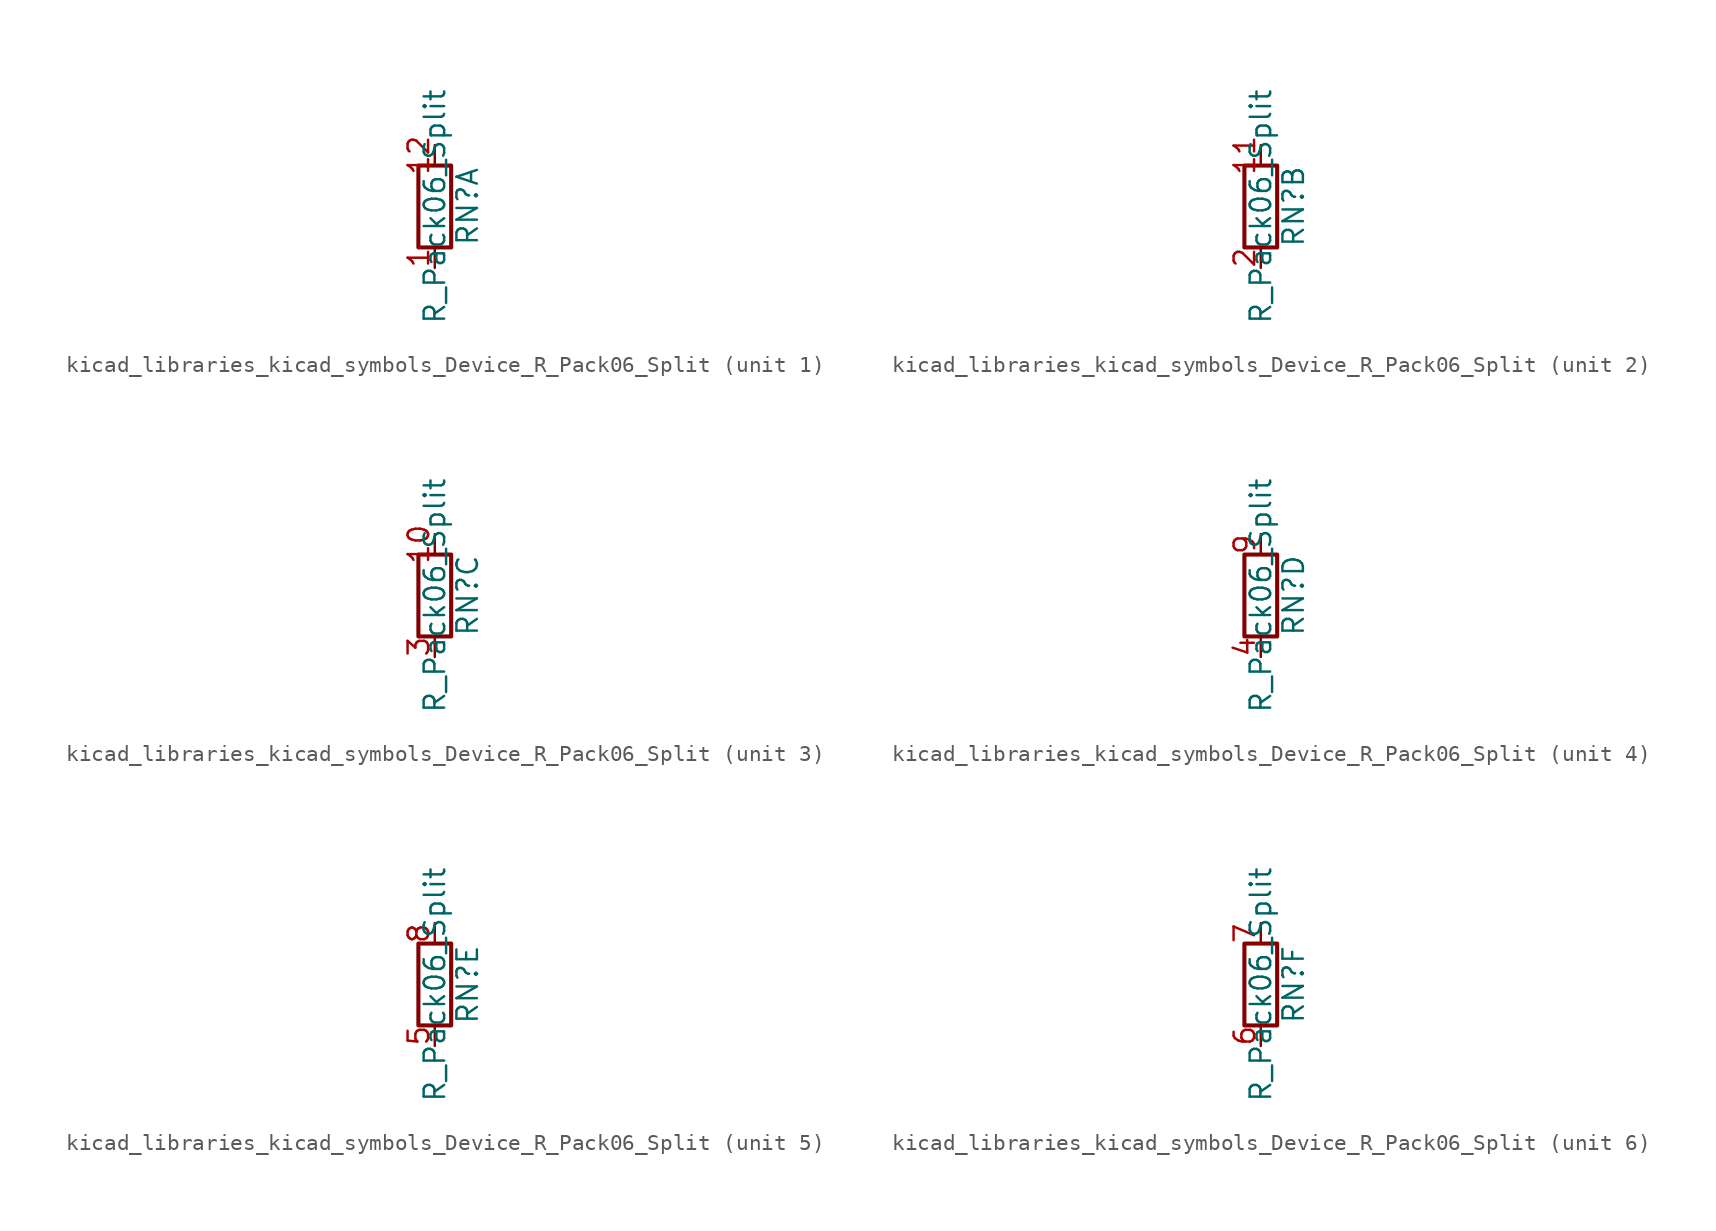
<source format=kicad_sym>
(kicad_symbol_lib
  (version 20220914)
  (generator kicad_symbol_editor)
  (symbol "kicad_libraries_kicad_symbols_Device_R_Pack06_Split"
    (pin_names
      (offset 0) hide)
    (property "Reference" "RN"
      (at 2.032 0 90)
      (effects (font (size 1.27 1.27))))
    (property "Value" "R_Pack06_Split"
      (at 0 0 90)
      (effects (font (size 1.27 1.27))))
    (symbol "kicad_libraries_kicad_symbols_Device_R_Pack06_Split_0_1"
      (rectangle (start 1.016 2.54) (end -1.016 -2.54) (stroke (width 0.254) (type default)) (fill (type none))))
    (symbol "kicad_libraries_kicad_symbols_Device_R_Pack06_Split_1_1"
      (pin passive line (at 0 -3.81 90) (length 1.27) (name "R1.1" (effects (font (size 1.27 1.27)))) (number "1" (effects (font (size 1.27 1.27)))))
      (pin passive line (at 0 3.81 270) (length 1.27) (name "R1.2" (effects (font (size 1.27 1.27)))) (number "12" (effects (font (size 1.27 1.27))))))
    (symbol "kicad_libraries_kicad_symbols_Device_R_Pack06_Split_2_1"
      (pin passive line (at 0 3.81 270) (length 1.27) (name "R2.2" (effects (font (size 1.27 1.27)))) (number "11" (effects (font (size 1.27 1.27)))))
      (pin passive line (at 0 -3.81 90) (length 1.27) (name "R2.1" (effects (font (size 1.27 1.27)))) (number "2" (effects (font (size 1.27 1.27))))))
    (symbol "kicad_libraries_kicad_symbols_Device_R_Pack06_Split_3_1"
      (pin passive line (at 0 3.81 270) (length 1.27) (name "R3.2" (effects (font (size 1.27 1.27)))) (number "10" (effects (font (size 1.27 1.27)))))
      (pin passive line (at 0 -3.81 90) (length 1.27) (name "R3.1" (effects (font (size 1.27 1.27)))) (number "3" (effects (font (size 1.27 1.27))))))
    (symbol "kicad_libraries_kicad_symbols_Device_R_Pack06_Split_4_1"
      (pin passive line (at 0 -3.81 90) (length 1.27) (name "R4.1" (effects (font (size 1.27 1.27)))) (number "4" (effects (font (size 1.27 1.27)))))
      (pin passive line (at 0 3.81 270) (length 1.27) (name "R4.2" (effects (font (size 1.27 1.27)))) (number "9" (effects (font (size 1.27 1.27))))))
    (symbol "kicad_libraries_kicad_symbols_Device_R_Pack06_Split_5_1"
      (pin passive line (at 0 -3.81 90) (length 1.27) (name "R5.1" (effects (font (size 1.27 1.27)))) (number "5" (effects (font (size 1.27 1.27)))))
      (pin passive line (at 0 3.81 270) (length 1.27) (name "R5.2" (effects (font (size 1.27 1.27)))) (number "8" (effects (font (size 1.27 1.27))))))
    (symbol "kicad_libraries_kicad_symbols_Device_R_Pack06_Split_6_1"
      (pin passive line (at 0 -3.81 90) (length 1.27) (name "R6.1" (effects (font (size 1.27 1.27)))) (number "6" (effects (font (size 1.27 1.27)))))
      (pin passive line (at 0 3.81 270) (length 1.27) (name "R6.2" (effects (font (size 1.27 1.27)))) (number "7" (effects (font (size 1.27 1.27))))))))
</source>
